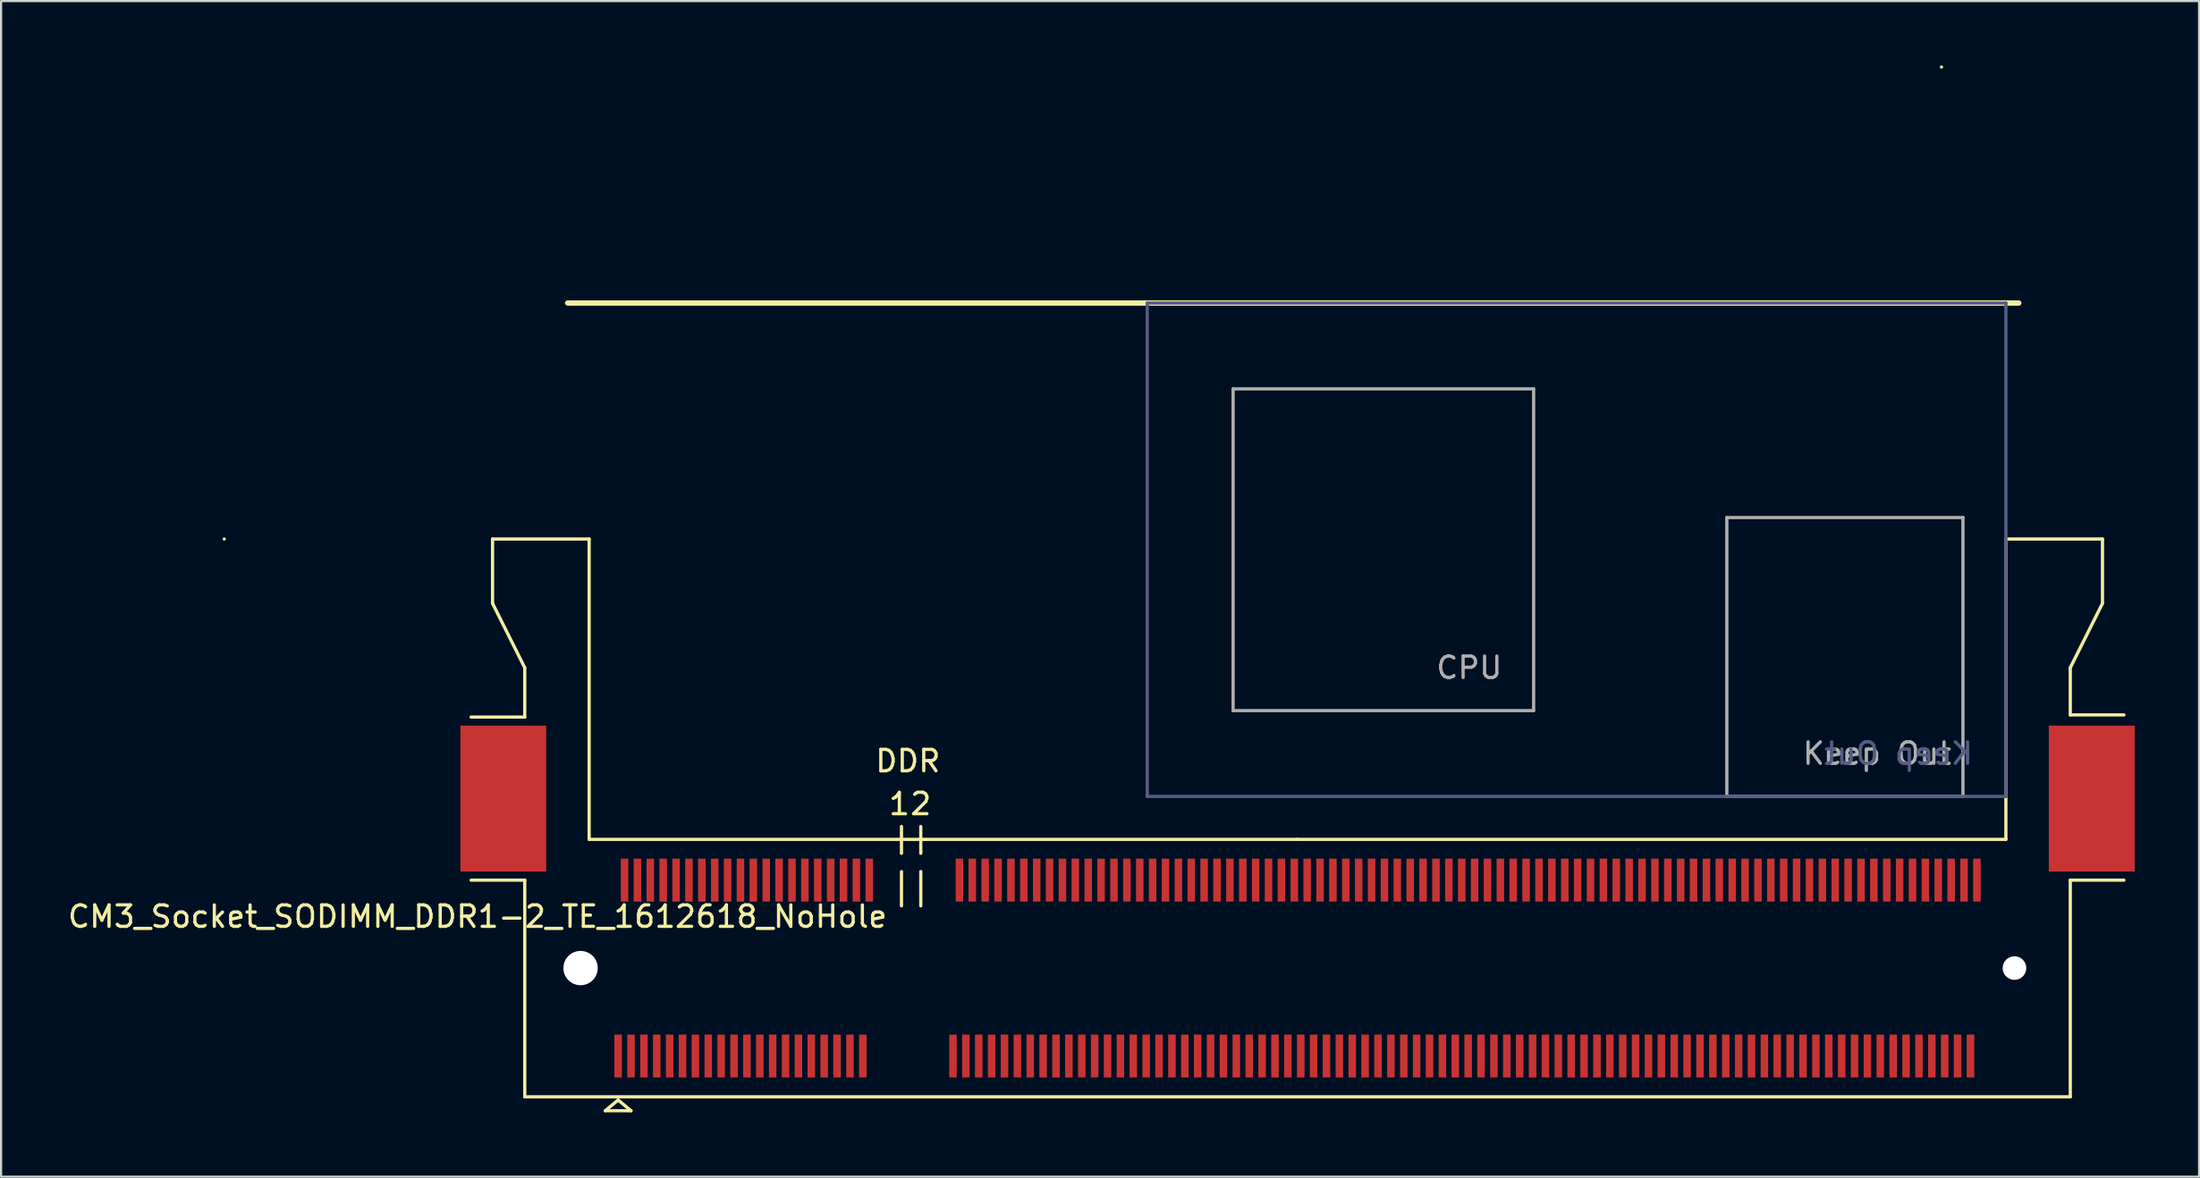
<source format=kicad_pcb>
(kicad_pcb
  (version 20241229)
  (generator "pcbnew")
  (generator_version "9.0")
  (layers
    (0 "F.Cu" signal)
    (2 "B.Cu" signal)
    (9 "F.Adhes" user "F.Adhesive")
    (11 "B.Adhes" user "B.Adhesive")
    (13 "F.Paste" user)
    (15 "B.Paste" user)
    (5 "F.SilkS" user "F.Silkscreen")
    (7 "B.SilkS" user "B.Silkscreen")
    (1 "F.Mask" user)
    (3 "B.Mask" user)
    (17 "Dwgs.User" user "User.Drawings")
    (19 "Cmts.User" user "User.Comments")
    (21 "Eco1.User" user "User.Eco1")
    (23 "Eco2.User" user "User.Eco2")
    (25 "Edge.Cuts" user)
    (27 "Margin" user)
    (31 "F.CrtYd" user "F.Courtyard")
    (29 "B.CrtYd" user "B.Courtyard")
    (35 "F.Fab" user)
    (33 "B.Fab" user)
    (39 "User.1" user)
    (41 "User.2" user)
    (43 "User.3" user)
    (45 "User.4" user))
  (footprint "CM3_Socket_SODIMM_DDR1-2_TE_1612618_NoHole"
    (layer "F.Cu")
    (at 57.396 42.075)
    (property "Reference" "CM3_Socket_SODIMM_DDR1-2_TE_1612618_NoHole" (at -38.2 -2.4 0) (layer "F.SilkS") (effects (font (size 1 1) (thickness 0.15))))
    (attr smd)
    (fp_line (start -50 -20) (end -50 -20) (stroke (width 0.15) (type solid)) (layer "F.SilkS"))
    (fp_line (start -37.5 -20) (end -37.5 -17) (stroke (width 0.15) (type solid)) (layer "F.SilkS"))
    (fp_line (start -37.5 -17) (end -36 -14) (stroke (width 0.15) (type solid)) (layer "F.SilkS"))
    (fp_line (start -36 -14) (end -36 -11.7) (stroke (width 0.15) (type solid)) (layer "F.SilkS"))
    (fp_line (start -36 -11.7) (end -38.5 -11.7) (stroke (width 0.15) (type solid)) (layer "F.SilkS"))
    (fp_line (start -36 -4.1) (end -38.5 -4.1) (stroke (width 0.15) (type solid)) (layer "F.SilkS"))
    (fp_line (start -36 -4.1) (end -36 6) (stroke (width 0.15) (type solid)) (layer "F.SilkS"))
    (fp_line (start -36 6) (end 36 6) (stroke (width 0.15) (type solid)) (layer "F.SilkS"))
    (fp_line (start -34 -31) (end -34 -31) (stroke (width 0.15) (type solid)) (layer "F.SilkS"))
    (fp_line (start -34 -31) (end 33.6 -31) (stroke (width 0.25) (type solid)) (layer "F.SilkS"))
    (fp_line (start -33 -20) (end -37.5 -20) (stroke (width 0.15) (type solid)) (layer "F.SilkS"))
    (fp_line (start -33 -6) (end -33 -20) (stroke (width 0.15) (type solid)) (layer "F.SilkS"))
    (fp_line (start -32.25 6.65) (end -31.65 6.15) (stroke (width 0.15) (type solid)) (layer "F.SilkS"))
    (fp_line (start -31.65 6.15) (end -31.05 6.65) (stroke (width 0.15) (type solid)) (layer "F.SilkS"))
    (fp_line (start -31.05 6.65) (end -32.25 6.65) (stroke (width 0.15) (type solid)) (layer "F.SilkS"))
    (fp_line (start -18.45 -5.35) (end -18.45 -6.6) (stroke (width 0.15) (type solid)) (layer "F.SilkS"))
    (fp_line (start -18.45 -4.5) (end -18.45 -2.9) (stroke (width 0.15) (type solid)) (layer "F.SilkS"))
    (fp_line (start -17.55 -5.35) (end -17.55 -6.6) (stroke (width 0.15) (type solid)) (layer "F.SilkS"))
    (fp_line (start -17.55 -4.5) (end -17.55 -2.9) (stroke (width 0.15) (type solid)) (layer "F.SilkS"))
    (fp_line (start 0 -6) (end -33 -6) (stroke (width 0.15) (type solid)) (layer "F.SilkS"))
    (fp_line (start 30 -42) (end 30 -42) (stroke (width 0.15) (type solid)) (layer "F.SilkS"))
    (fp_line (start 33 -20) (end 33 -6) (stroke (width 0.15) (type solid)) (layer "F.SilkS"))
    (fp_line (start 33 -6) (end 0 -6) (stroke (width 0.15) (type solid)) (layer "F.SilkS"))
    (fp_line (start 36 -14) (end 36 -11.8) (stroke (width 0.15) (type solid)) (layer "F.SilkS"))
    (fp_line (start 36 -14) (end 37.5 -17) (stroke (width 0.15) (type solid)) (layer "F.SilkS"))
    (fp_line (start 36 -11.8) (end 38.5 -11.8) (stroke (width 0.15) (type solid)) (layer "F.SilkS"))
    (fp_line (start 36 -4.1) (end 38.5 -4.1) (stroke (width 0.15) (type solid)) (layer "F.SilkS"))
    (fp_line (start 36 6) (end 36 -4.1) (stroke (width 0.15) (type solid)) (layer "F.SilkS"))
    (fp_line (start 37.5 -20) (end 33 -20) (stroke (width 0.15) (type solid)) (layer "F.SilkS"))
    (fp_line (start 37.5 -17) (end 37.5 -20) (stroke (width 0.15) (type solid)) (layer "F.SilkS"))
    (fp_line (start -7 -31) (end -7 -8) (stroke (width 0.15) (type solid)) (layer "B.Fab"))
    (fp_line (start -7 -8) (end 33 -8) (stroke (width 0.15) (type solid)) (layer "B.Fab"))
    (fp_line (start 33 -31) (end -7 -31) (stroke (width 0.15) (type solid)) (layer "B.Fab"))
    (fp_line (start 33 -8) (end 33 -31) (stroke (width 0.15) (type solid)) (layer "B.Fab"))
    (fp_line (start -3 -27) (end 11 -27) (stroke (width 0.15) (type solid)) (layer "F.Fab"))
    (fp_line (start -3 -12) (end -3 -27) (stroke (width 0.15) (type solid)) (layer "F.Fab"))
    (fp_line (start 11 -27) (end 11 -12) (stroke (width 0.15) (type solid)) (layer "F.Fab"))
    (fp_line (start 11 -12) (end -3 -12) (stroke (width 0.15) (type solid)) (layer "F.Fab"))
    (fp_line (start 20 -21) (end 31 -21) (stroke (width 0.15) (type solid)) (layer "F.Fab"))
    (fp_line (start 20 -8) (end 20 -21) (stroke (width 0.15) (type solid)) (layer "F.Fab"))
    (fp_line (start 31 -21) (end 31 -8) (stroke (width 0.15) (type solid)) (layer "F.Fab"))
    (fp_line (start 31 -8) (end 20 -8) (stroke (width 0.15) (type solid)) (layer "F.Fab"))
    (fp_text user "DDR" (at -18.15 -9.65 0) (layer "F.SilkS") (effects (font (size 1 1) (thickness 0.15))))
    (fp_text user "1" (at -18.55 -7.65 0) (layer "F.SilkS") (effects (font (size 1 1) (thickness 0.15))))
    (fp_text user "2" (at -17.55 -7.65 0) (layer "F.SilkS") (effects (font (size 1 1) (thickness 0.15))))
    (fp_text user "Keep Out" (at 28 -10 0) (layer "B.Fab") (effects (font (size 1 1) (thickness 0.15)) (justify mirror)))
    (fp_text user "Keep Out" (at 27 -10 0) (layer "F.Fab") (effects (font (size 1 1) (thickness 0.15))))
    (fp_text user "CPU" (at 8 -14 0) (layer "F.Fab") (effects (font (size 1 1) (thickness 0.15))))
    (pad "" smd rect (at -37 -7.9) (size 4 6.8) (layers "F.Cu" "F.Mask" "F.Paste"))
    (pad "" np_thru_hole circle (at -33.4 0) (size 1.6 1.6) (drill 1.6) (layers "*.Cu" "*.Mask"))
    (pad "" np_thru_hole circle (at 33.4 0) (size 1.1 1.1) (drill 1.1) (layers "*.Cu" "*.Mask"))
    (pad "" smd rect (at 37 -7.9) (size 4 6.8) (layers "F.Cu" "F.Mask" "F.Paste"))
    (pad "1" smd rect (at -31.65 4.1) (size 0.35 2) (layers "F.Cu" "F.Mask" "F.Paste"))
    (pad "2" smd rect (at -31.35 -4.1) (size 0.35 2) (layers "F.Cu" "F.Mask" "F.Paste"))
    (pad "3" smd rect (at -31.05 4.1) (size 0.35 2) (layers "F.Cu" "F.Mask" "F.Paste"))
    (pad "4" smd rect (at -30.75 -4.1) (size 0.35 2) (layers "F.Cu" "F.Mask" "F.Paste"))
    (pad "5" smd rect (at -30.45 4.1) (size 0.35 2) (layers "F.Cu" "F.Mask" "F.Paste"))
    (pad "6" smd rect (at -30.15 -4.1) (size 0.35 2) (layers "F.Cu" "F.Mask" "F.Paste"))
    (pad "7" smd rect (at -29.85 4.1) (size 0.35 2) (layers "F.Cu" "F.Mask" "F.Paste"))
    (pad "8" smd rect (at -29.55 -4.1) (size 0.35 2) (layers "F.Cu" "F.Mask" "F.Paste"))
    (pad "9" smd rect (at -29.25 4.1) (size 0.35 2) (layers "F.Cu" "F.Mask" "F.Paste"))
    (pad "10" smd rect (at -28.95 -4.1) (size 0.35 2) (layers "F.Cu" "F.Mask" "F.Paste"))
    (pad "11" smd rect (at -28.65 4.1) (size 0.35 2) (layers "F.Cu" "F.Mask" "F.Paste"))
    (pad "12" smd rect (at -28.35 -4.1) (size 0.35 2) (layers "F.Cu" "F.Mask" "F.Paste"))
    (pad "13" smd rect (at -28.05 4.1) (size 0.35 2) (layers "F.Cu" "F.Mask" "F.Paste"))
    (pad "14" smd rect (at -27.75 -4.1) (size 0.35 2) (layers "F.Cu" "F.Mask" "F.Paste"))
    (pad "15" smd rect (at -27.45 4.1) (size 0.35 2) (layers "F.Cu" "F.Mask" "F.Paste"))
    (pad "16" smd rect (at -27.15 -4.1) (size 0.35 2) (layers "F.Cu" "F.Mask" "F.Paste"))
    (pad "17" smd rect (at -26.85 4.1) (size 0.35 2) (layers "F.Cu" "F.Mask" "F.Paste"))
    (pad "18" smd rect (at -26.55 -4.1) (size 0.35 2) (layers "F.Cu" "F.Mask" "F.Paste"))
    (pad "19" smd rect (at -26.25 4.1) (size 0.35 2) (layers "F.Cu" "F.Mask" "F.Paste"))
    (pad "20" smd rect (at -25.95 -4.1) (size 0.35 2) (layers "F.Cu" "F.Mask" "F.Paste"))
    (pad "21" smd rect (at -25.65 4.1) (size 0.35 2) (layers "F.Cu" "F.Mask" "F.Paste"))
    (pad "22" smd rect (at -25.35 -4.1) (size 0.35 2) (layers "F.Cu" "F.Mask" "F.Paste"))
    (pad "23" smd rect (at -25.05 4.1) (size 0.35 2) (layers "F.Cu" "F.Mask" "F.Paste"))
    (pad "24" smd rect (at -24.75 -4.1) (size 0.35 2) (layers "F.Cu" "F.Mask" "F.Paste"))
    (pad "25" smd rect (at -24.45 4.1) (size 0.35 2) (layers "F.Cu" "F.Mask" "F.Paste"))
    (pad "26" smd rect (at -24.15 -4.1) (size 0.35 2) (layers "F.Cu" "F.Mask" "F.Paste"))
    (pad "27" smd rect (at -23.85 4.1) (size 0.35 2) (layers "F.Cu" "F.Mask" "F.Paste"))
    (pad "28" smd rect (at -23.55 -4.1) (size 0.35 2) (layers "F.Cu" "F.Mask" "F.Paste"))
    (pad "29" smd rect (at -23.25 4.1) (size 0.35 2) (layers "F.Cu" "F.Mask" "F.Paste"))
    (pad "30" smd rect (at -22.95 -4.1) (size 0.35 2) (layers "F.Cu" "F.Mask" "F.Paste"))
    (pad "31" smd rect (at -22.65 4.1) (size 0.35 2) (layers "F.Cu" "F.Mask" "F.Paste"))
    (pad "32" smd rect (at -22.35 -4.1) (size 0.35 2) (layers "F.Cu" "F.Mask" "F.Paste"))
    (pad "33" smd rect (at -22.05 4.1) (size 0.35 2) (layers "F.Cu" "F.Mask" "F.Paste"))
    (pad "34" smd rect (at -21.75 -4.1) (size 0.35 2) (layers "F.Cu" "F.Mask" "F.Paste"))
    (pad "35" smd rect (at -21.45 4.1) (size 0.35 2) (layers "F.Cu" "F.Mask" "F.Paste"))
    (pad "36" smd rect (at -21.15 -4.1) (size 0.35 2) (layers "F.Cu" "F.Mask" "F.Paste"))
    (pad "37" smd rect (at -20.85 4.1) (size 0.35 2) (layers "F.Cu" "F.Mask" "F.Paste"))
    (pad "38" smd rect (at -20.55 -4.1) (size 0.35 2) (layers "F.Cu" "F.Mask" "F.Paste"))
    (pad "39" smd rect (at -20.25 4.1) (size 0.35 2) (layers "F.Cu" "F.Mask" "F.Paste"))
    (pad "40" smd rect (at -19.95 -4.1) (size 0.35 2) (layers "F.Cu" "F.Mask" "F.Paste"))
    (pad "41" smd rect (at -16.05 4.1) (size 0.35 2) (layers "F.Cu" "F.Mask" "F.Paste"))
    (pad "42" smd rect (at -15.75 -4.1) (size 0.35 2) (layers "F.Cu" "F.Mask" "F.Paste"))
    (pad "43" smd rect (at -15.45 4.1) (size 0.35 2) (layers "F.Cu" "F.Mask" "F.Paste"))
    (pad "44" smd rect (at -15.15 -4.1) (size 0.35 2) (layers "F.Cu" "F.Mask" "F.Paste"))
    (pad "45" smd rect (at -14.85 4.1) (size 0.35 2) (layers "F.Cu" "F.Mask" "F.Paste"))
    (pad "46" smd rect (at -14.55 -4.1) (size 0.35 2) (layers "F.Cu" "F.Mask" "F.Paste"))
    (pad "47" smd rect (at -14.25 4.1) (size 0.35 2) (layers "F.Cu" "F.Mask" "F.Paste"))
    (pad "48" smd rect (at -13.95 -4.1) (size 0.35 2) (layers "F.Cu" "F.Mask" "F.Paste"))
    (pad "49" smd rect (at -13.65 4.1) (size 0.35 2) (layers "F.Cu" "F.Mask" "F.Paste"))
    (pad "50" smd rect (at -13.35 -4.1) (size 0.35 2) (layers "F.Cu" "F.Mask" "F.Paste"))
    (pad "51" smd rect (at -13.05 4.1) (size 0.35 2) (layers "F.Cu" "F.Mask" "F.Paste"))
    (pad "52" smd rect (at -12.75 -4.1) (size 0.35 2) (layers "F.Cu" "F.Mask" "F.Paste"))
    (pad "53" smd rect (at -12.45 4.1) (size 0.35 2) (layers "F.Cu" "F.Mask" "F.Paste"))
    (pad "54" smd rect (at -12.15 -4.1) (size 0.35 2) (layers "F.Cu" "F.Mask" "F.Paste"))
    (pad "55" smd rect (at -11.85 4.1) (size 0.35 2) (layers "F.Cu" "F.Mask" "F.Paste"))
    (pad "56" smd rect (at -11.55 -4.1) (size 0.35 2) (layers "F.Cu" "F.Mask" "F.Paste"))
    (pad "57" smd rect (at -11.25 4.1) (size 0.35 2) (layers "F.Cu" "F.Mask" "F.Paste"))
    (pad "58" smd rect (at -10.95 -4.1) (size 0.35 2) (layers "F.Cu" "F.Mask" "F.Paste"))
    (pad "59" smd rect (at -10.65 4.1) (size 0.35 2) (layers "F.Cu" "F.Mask" "F.Paste"))
    (pad "60" smd rect (at -10.35 -4.1) (size 0.35 2) (layers "F.Cu" "F.Mask" "F.Paste"))
    (pad "61" smd rect (at -10.05 4.1) (size 0.35 2) (layers "F.Cu" "F.Mask" "F.Paste"))
    (pad "62" smd rect (at -9.75 -4.1) (size 0.35 2) (layers "F.Cu" "F.Mask" "F.Paste"))
    (pad "63" smd rect (at -9.45 4.1) (size 0.35 2) (layers "F.Cu" "F.Mask" "F.Paste"))
    (pad "64" smd rect (at -9.15 -4.1) (size 0.35 2) (layers "F.Cu" "F.Mask" "F.Paste"))
    (pad "65" smd rect (at -8.85 4.1) (size 0.35 2) (layers "F.Cu" "F.Mask" "F.Paste"))
    (pad "66" smd rect (at -8.55 -4.1) (size 0.35 2) (layers "F.Cu" "F.Mask" "F.Paste"))
    (pad "67" smd rect (at -8.25 4.1) (size 0.35 2) (layers "F.Cu" "F.Mask" "F.Paste"))
    (pad "68" smd rect (at -7.95 -4.1) (size 0.35 2) (layers "F.Cu" "F.Mask" "F.Paste"))
    (pad "69" smd rect (at -7.65 4.1) (size 0.35 2) (layers "F.Cu" "F.Mask" "F.Paste"))
    (pad "70" smd rect (at -7.35 -4.1) (size 0.35 2) (layers "F.Cu" "F.Mask" "F.Paste"))
    (pad "71" smd rect (at -7.05 4.1) (size 0.35 2) (layers "F.Cu" "F.Mask" "F.Paste"))
    (pad "72" smd rect (at -6.75 -4.1) (size 0.35 2) (layers "F.Cu" "F.Mask" "F.Paste"))
    (pad "73" smd rect (at -6.45 4.1) (size 0.35 2) (layers "F.Cu" "F.Mask" "F.Paste"))
    (pad "74" smd rect (at -6.15 -4.1) (size 0.35 2) (layers "F.Cu" "F.Mask" "F.Paste"))
    (pad "75" smd rect (at -5.85 4.1) (size 0.35 2) (layers "F.Cu" "F.Mask" "F.Paste"))
    (pad "76" smd rect (at -5.55 -4.1) (size 0.35 2) (layers "F.Cu" "F.Mask" "F.Paste"))
    (pad "77" smd rect (at -5.25 4.1) (size 0.35 2) (layers "F.Cu" "F.Mask" "F.Paste"))
    (pad "78" smd rect (at -4.95 -4.1) (size 0.35 2) (layers "F.Cu" "F.Mask" "F.Paste"))
    (pad "79" smd rect (at -4.65 4.1) (size 0.35 2) (layers "F.Cu" "F.Mask" "F.Paste"))
    (pad "80" smd rect (at -4.35 -4.1) (size 0.35 2) (layers "F.Cu" "F.Mask" "F.Paste"))
    (pad "81" smd rect (at -4.05 4.1) (size 0.35 2) (layers "F.Cu" "F.Mask" "F.Paste"))
    (pad "82" smd rect (at -3.75 -4.1) (size 0.35 2) (layers "F.Cu" "F.Mask" "F.Paste"))
    (pad "83" smd rect (at -3.45 4.1) (size 0.35 2) (layers "F.Cu" "F.Mask" "F.Paste"))
    (pad "84" smd rect (at -3.15 -4.1) (size 0.35 2) (layers "F.Cu" "F.Mask" "F.Paste"))
    (pad "85" smd rect (at -2.85 4.1) (size 0.35 2) (layers "F.Cu" "F.Mask" "F.Paste"))
    (pad "86" smd rect (at -2.55 -4.1) (size 0.35 2) (layers "F.Cu" "F.Mask" "F.Paste"))
    (pad "87" smd rect (at -2.25 4.1) (size 0.35 2) (layers "F.Cu" "F.Mask" "F.Paste"))
    (pad "88" smd rect (at -1.95 -4.1) (size 0.35 2) (layers "F.Cu" "F.Mask" "F.Paste"))
    (pad "89" smd rect (at -1.65 4.1) (size 0.35 2) (layers "F.Cu" "F.Mask" "F.Paste"))
    (pad "90" smd rect (at -1.35 -4.1) (size 0.35 2) (layers "F.Cu" "F.Mask" "F.Paste"))
    (pad "91" smd rect (at -1.05 4.1) (size 0.35 2) (layers "F.Cu" "F.Mask" "F.Paste"))
    (pad "92" smd rect (at -0.75 -4.1) (size 0.35 2) (layers "F.Cu" "F.Mask" "F.Paste"))
    (pad "93" smd rect (at -0.45 4.1) (size 0.35 2) (layers "F.Cu" "F.Mask" "F.Paste"))
    (pad "94" smd rect (at -0.15 -4.1) (size 0.35 2) (layers "F.Cu" "F.Mask" "F.Paste"))
    (pad "95" smd rect (at 0.15 4.1) (size 0.35 2) (layers "F.Cu" "F.Mask" "F.Paste"))
    (pad "96" smd rect (at 0.45 -4.1) (size 0.35 2) (layers "F.Cu" "F.Mask" "F.Paste"))
    (pad "97" smd rect (at 0.75 4.1) (size 0.35 2) (layers "F.Cu" "F.Mask" "F.Paste"))
    (pad "98" smd rect (at 1.05 -4.1) (size 0.35 2) (layers "F.Cu" "F.Mask" "F.Paste"))
    (pad "99" smd rect (at 1.35 4.1) (size 0.35 2) (layers "F.Cu" "F.Mask" "F.Paste"))
    (pad "100" smd rect (at 1.65 -4.1) (size 0.35 2) (layers "F.Cu" "F.Mask" "F.Paste"))
    (pad "101" smd rect (at 1.95 4.1) (size 0.35 2) (layers "F.Cu" "F.Mask" "F.Paste"))
    (pad "102" smd rect (at 2.25 -4.1) (size 0.35 2) (layers "F.Cu" "F.Mask" "F.Paste"))
    (pad "103" smd rect (at 2.55 4.1) (size 0.35 2) (layers "F.Cu" "F.Mask" "F.Paste"))
    (pad "104" smd rect (at 2.85 -4.1) (size 0.35 2) (layers "F.Cu" "F.Mask" "F.Paste"))
    (pad "105" smd rect (at 3.15 4.1) (size 0.35 2) (layers "F.Cu" "F.Mask" "F.Paste"))
    (pad "106" smd rect (at 3.45 -4.1) (size 0.35 2) (layers "F.Cu" "F.Mask" "F.Paste"))
    (pad "107" smd rect (at 3.75 4.1) (size 0.35 2) (layers "F.Cu" "F.Mask" "F.Paste"))
    (pad "108" smd rect (at 4.05 -4.1) (size 0.35 2) (layers "F.Cu" "F.Mask" "F.Paste"))
    (pad "109" smd rect (at 4.35 4.1) (size 0.35 2) (layers "F.Cu" "F.Mask" "F.Paste"))
    (pad "110" smd rect (at 4.65 -4.1) (size 0.35 2) (layers "F.Cu" "F.Mask" "F.Paste"))
    (pad "111" smd rect (at 4.95 4.1) (size 0.35 2) (layers "F.Cu" "F.Mask" "F.Paste"))
    (pad "112" smd rect (at 5.25 -4.1) (size 0.35 2) (layers "F.Cu" "F.Mask" "F.Paste"))
    (pad "113" smd rect (at 5.55 4.1) (size 0.35 2) (layers "F.Cu" "F.Mask" "F.Paste"))
    (pad "114" smd rect (at 5.85 -4.1) (size 0.35 2) (layers "F.Cu" "F.Mask" "F.Paste"))
    (pad "115" smd rect (at 6.15 4.1) (size 0.35 2) (layers "F.Cu" "F.Mask" "F.Paste"))
    (pad "116" smd rect (at 6.45 -4.1) (size 0.35 2) (layers "F.Cu" "F.Mask" "F.Paste"))
    (pad "117" smd rect (at 6.75 4.1) (size 0.35 2) (layers "F.Cu" "F.Mask" "F.Paste"))
    (pad "118" smd rect (at 7.05 -4.1) (size 0.35 2) (layers "F.Cu" "F.Mask" "F.Paste"))
    (pad "119" smd rect (at 7.35 4.1) (size 0.35 2) (layers "F.Cu" "F.Mask" "F.Paste"))
    (pad "120" smd rect (at 7.65 -4.1) (size 0.35 2) (layers "F.Cu" "F.Mask" "F.Paste"))
    (pad "121" smd rect (at 7.95 4.1) (size 0.35 2) (layers "F.Cu" "F.Mask" "F.Paste"))
    (pad "122" smd rect (at 8.25 -4.1) (size 0.35 2) (layers "F.Cu" "F.Mask" "F.Paste"))
    (pad "123" smd rect (at 8.55 4.1) (size 0.35 2) (layers "F.Cu" "F.Mask" "F.Paste"))
    (pad "124" smd rect (at 8.85 -4.1) (size 0.35 2) (layers "F.Cu" "F.Mask" "F.Paste"))
    (pad "125" smd rect (at 9.15 4.1) (size 0.35 2) (layers "F.Cu" "F.Mask" "F.Paste"))
    (pad "126" smd rect (at 9.45 -4.1) (size 0.35 2) (layers "F.Cu" "F.Mask" "F.Paste"))
    (pad "127" smd rect (at 9.75 4.1) (size 0.35 2) (layers "F.Cu" "F.Mask" "F.Paste"))
    (pad "128" smd rect (at 10.05 -4.1) (size 0.35 2) (layers "F.Cu" "F.Mask" "F.Paste"))
    (pad "129" smd rect (at 10.35 4.1) (size 0.35 2) (layers "F.Cu" "F.Mask" "F.Paste"))
    (pad "130" smd rect (at 10.65 -4.1) (size 0.35 2) (layers "F.Cu" "F.Mask" "F.Paste"))
    (pad "131" smd rect (at 10.95 4.1) (size 0.35 2) (layers "F.Cu" "F.Mask" "F.Paste"))
    (pad "132" smd rect (at 11.25 -4.1) (size 0.35 2) (layers "F.Cu" "F.Mask" "F.Paste"))
    (pad "133" smd rect (at 11.55 4.1) (size 0.35 2) (layers "F.Cu" "F.Mask" "F.Paste"))
    (pad "134" smd rect (at 11.85 -4.1) (size 0.35 2) (layers "F.Cu" "F.Mask" "F.Paste"))
    (pad "135" smd rect (at 12.15 4.1) (size 0.35 2) (layers "F.Cu" "F.Mask" "F.Paste"))
    (pad "136" smd rect (at 12.45 -4.1) (size 0.35 2) (layers "F.Cu" "F.Mask" "F.Paste"))
    (pad "137" smd rect (at 12.75 4.1) (size 0.35 2) (layers "F.Cu" "F.Mask" "F.Paste"))
    (pad "138" smd rect (at 13.05 -4.1) (size 0.35 2) (layers "F.Cu" "F.Mask" "F.Paste"))
    (pad "139" smd rect (at 13.35 4.1) (size 0.35 2) (layers "F.Cu" "F.Mask" "F.Paste"))
    (pad "140" smd rect (at 13.65 -4.1) (size 0.35 2) (layers "F.Cu" "F.Mask" "F.Paste"))
    (pad "141" smd rect (at 13.95 4.1) (size 0.35 2) (layers "F.Cu" "F.Mask" "F.Paste"))
    (pad "142" smd rect (at 14.25 -4.1) (size 0.35 2) (layers "F.Cu" "F.Mask" "F.Paste"))
    (pad "143" smd rect (at 14.55 4.1) (size 0.35 2) (layers "F.Cu" "F.Mask" "F.Paste"))
    (pad "144" smd rect (at 14.85 -4.1) (size 0.35 2) (layers "F.Cu" "F.Mask" "F.Paste"))
    (pad "145" smd rect (at 15.15 4.1) (size 0.35 2) (layers "F.Cu" "F.Mask" "F.Paste"))
    (pad "146" smd rect (at 15.45 -4.1) (size 0.35 2) (layers "F.Cu" "F.Mask" "F.Paste"))
    (pad "147" smd rect (at 15.75 4.1) (size 0.35 2) (layers "F.Cu" "F.Mask" "F.Paste"))
    (pad "148" smd rect (at 16.05 -4.1) (size 0.35 2) (layers "F.Cu" "F.Mask" "F.Paste"))
    (pad "149" smd rect (at 16.35 4.1) (size 0.35 2) (layers "F.Cu" "F.Mask" "F.Paste"))
    (pad "150" smd rect (at 16.65 -4.1) (size 0.35 2) (layers "F.Cu" "F.Mask" "F.Paste"))
    (pad "151" smd rect (at 16.95 4.1) (size 0.35 2) (layers "F.Cu" "F.Mask" "F.Paste"))
    (pad "152" smd rect (at 17.25 -4.1) (size 0.35 2) (layers "F.Cu" "F.Mask" "F.Paste"))
    (pad "153" smd rect (at 17.55 4.1) (size 0.35 2) (layers "F.Cu" "F.Mask" "F.Paste"))
    (pad "154" smd rect (at 17.85 -4.1) (size 0.35 2) (layers "F.Cu" "F.Mask" "F.Paste"))
    (pad "155" smd rect (at 18.15 4.1) (size 0.35 2) (layers "F.Cu" "F.Mask" "F.Paste"))
    (pad "156" smd rect (at 18.45 -4.1) (size 0.35 2) (layers "F.Cu" "F.Mask" "F.Paste"))
    (pad "157" smd rect (at 18.75 4.1) (size 0.35 2) (layers "F.Cu" "F.Mask" "F.Paste"))
    (pad "158" smd rect (at 19.05 -4.1) (size 0.35 2) (layers "F.Cu" "F.Mask" "F.Paste"))
    (pad "159" smd rect (at 19.35 4.1) (size 0.35 2) (layers "F.Cu" "F.Mask" "F.Paste"))
    (pad "160" smd rect (at 19.65 -4.1) (size 0.35 2) (layers "F.Cu" "F.Mask" "F.Paste"))
    (pad "161" smd rect (at 19.95 4.1) (size 0.35 2) (layers "F.Cu" "F.Mask" "F.Paste"))
    (pad "162" smd rect (at 20.25 -4.1) (size 0.35 2) (layers "F.Cu" "F.Mask" "F.Paste"))
    (pad "163" smd rect (at 20.55 4.1) (size 0.35 2) (layers "F.Cu" "F.Mask" "F.Paste"))
    (pad "164" smd rect (at 20.85 -4.1) (size 0.35 2) (layers "F.Cu" "F.Mask" "F.Paste"))
    (pad "165" smd rect (at 21.15 4.1) (size 0.35 2) (layers "F.Cu" "F.Mask" "F.Paste"))
    (pad "166" smd rect (at 21.45 -4.1) (size 0.35 2) (layers "F.Cu" "F.Mask" "F.Paste"))
    (pad "167" smd rect (at 21.75 4.1) (size 0.35 2) (layers "F.Cu" "F.Mask" "F.Paste"))
    (pad "168" smd rect (at 22.05 -4.1) (size 0.35 2) (layers "F.Cu" "F.Mask" "F.Paste"))
    (pad "169" smd rect (at 22.35 4.1) (size 0.35 2) (layers "F.Cu" "F.Mask" "F.Paste"))
    (pad "170" smd rect (at 22.65 -4.1) (size 0.35 2) (layers "F.Cu" "F.Mask" "F.Paste"))
    (pad "171" smd rect (at 22.95 4.1) (size 0.35 2) (layers "F.Cu" "F.Mask" "F.Paste"))
    (pad "172" smd rect (at 23.25 -4.1) (size 0.35 2) (layers "F.Cu" "F.Mask" "F.Paste"))
    (pad "173" smd rect (at 23.55 4.1) (size 0.35 2) (layers "F.Cu" "F.Mask" "F.Paste"))
    (pad "174" smd rect (at 23.85 -4.1) (size 0.35 2) (layers "F.Cu" "F.Mask" "F.Paste"))
    (pad "175" smd rect (at 24.15 4.1) (size 0.35 2) (layers "F.Cu" "F.Mask" "F.Paste"))
    (pad "176" smd rect (at 24.45 -4.1) (size 0.35 2) (layers "F.Cu" "F.Mask" "F.Paste"))
    (pad "177" smd rect (at 24.75 4.1) (size 0.35 2) (layers "F.Cu" "F.Mask" "F.Paste"))
    (pad "178" smd rect (at 25.05 -4.1) (size 0.35 2) (layers "F.Cu" "F.Mask" "F.Paste"))
    (pad "179" smd rect (at 25.35 4.1) (size 0.35 2) (layers "F.Cu" "F.Mask" "F.Paste"))
    (pad "180" smd rect (at 25.65 -4.1) (size 0.35 2) (layers "F.Cu" "F.Mask" "F.Paste"))
    (pad "181" smd rect (at 25.95 4.1) (size 0.35 2) (layers "F.Cu" "F.Mask" "F.Paste"))
    (pad "182" smd rect (at 26.25 -4.1) (size 0.35 2) (layers "F.Cu" "F.Mask" "F.Paste"))
    (pad "183" smd rect (at 26.55 4.1) (size 0.35 2) (layers "F.Cu" "F.Mask" "F.Paste"))
    (pad "184" smd rect (at 26.85 -4.1) (size 0.35 2) (layers "F.Cu" "F.Mask" "F.Paste"))
    (pad "185" smd rect (at 27.15 4.1) (size 0.35 2) (layers "F.Cu" "F.Mask" "F.Paste"))
    (pad "186" smd rect (at 27.45 -4.1) (size 0.35 2) (layers "F.Cu" "F.Mask" "F.Paste"))
    (pad "187" smd rect (at 27.75 4.1) (size 0.35 2) (layers "F.Cu" "F.Mask" "F.Paste"))
    (pad "188" smd rect (at 28.05 -4.1) (size 0.35 2) (layers "F.Cu" "F.Mask" "F.Paste"))
    (pad "189" smd rect (at 28.35 4.1) (size 0.35 2) (layers "F.Cu" "F.Mask" "F.Paste"))
    (pad "190" smd rect (at 28.65 -4.1) (size 0.35 2) (layers "F.Cu" "F.Mask" "F.Paste"))
    (pad "191" smd rect (at 28.95 4.1) (size 0.35 2) (layers "F.Cu" "F.Mask" "F.Paste"))
    (pad "192" smd rect (at 29.25 -4.1) (size 0.35 2) (layers "F.Cu" "F.Mask" "F.Paste"))
    (pad "193" smd rect (at 29.55 4.1) (size 0.35 2) (layers "F.Cu" "F.Mask" "F.Paste"))
    (pad "194" smd rect (at 29.85 -4.1) (size 0.35 2) (layers "F.Cu" "F.Mask" "F.Paste"))
    (pad "195" smd rect (at 30.15 4.1) (size 0.35 2) (layers "F.Cu" "F.Mask" "F.Paste"))
    (pad "196" smd rect (at 30.45 -4.1) (size 0.35 2) (layers "F.Cu" "F.Mask" "F.Paste"))
    (pad "197" smd rect (at 30.75 4.1) (size 0.35 2) (layers "F.Cu" "F.Mask" "F.Paste"))
    (pad "198" smd rect (at 31.05 -4.1) (size 0.35 2) (layers "F.Cu" "F.Mask" "F.Paste"))
    (pad "199" smd rect (at 31.35 4.1) (size 0.35 2) (layers "F.Cu" "F.Mask" "F.Paste"))
    (pad "200" smd rect (at 31.65 -4.1) (size 0.35 2) (layers "F.Cu" "F.Mask" "F.Paste")))
  (gr_rect
    (start -3 -3)
    (end 99.396 51.8)
    (stroke (width 0.1) (type default))
    (fill no)
    (layer "Edge.Cuts")))
</source>
